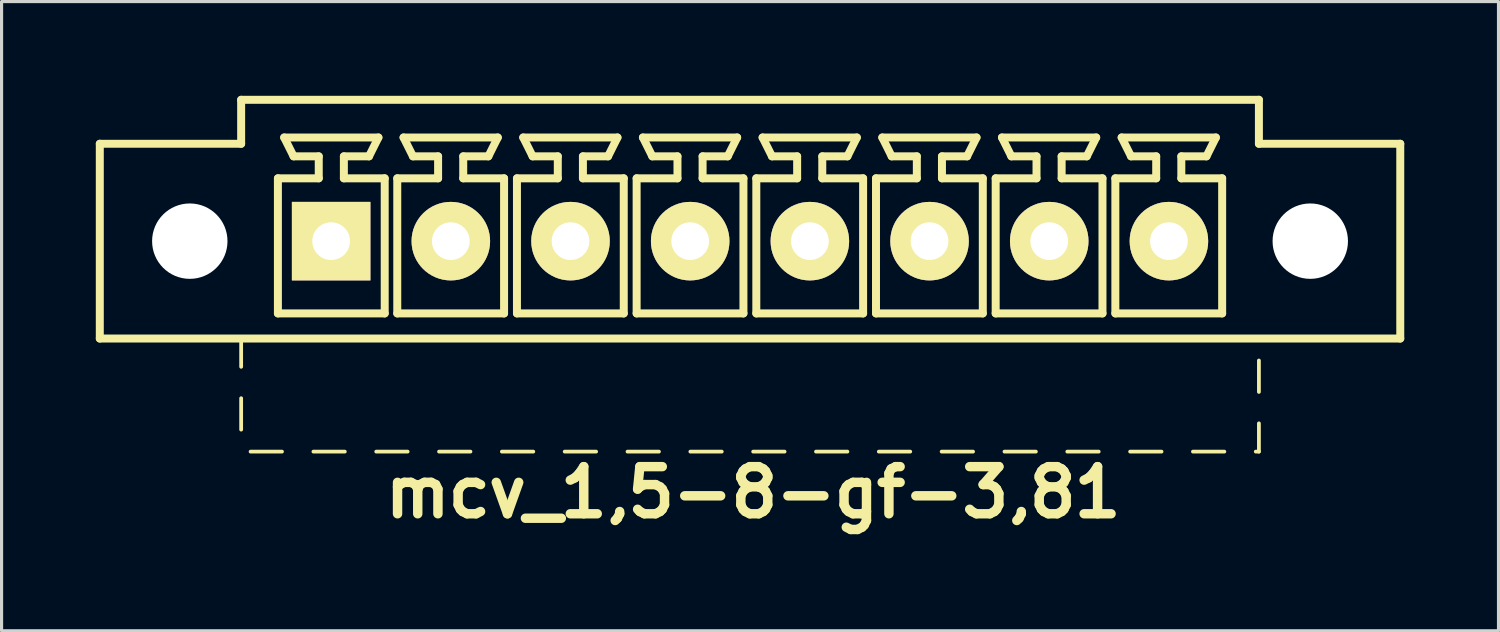
<source format=kicad_pcb>
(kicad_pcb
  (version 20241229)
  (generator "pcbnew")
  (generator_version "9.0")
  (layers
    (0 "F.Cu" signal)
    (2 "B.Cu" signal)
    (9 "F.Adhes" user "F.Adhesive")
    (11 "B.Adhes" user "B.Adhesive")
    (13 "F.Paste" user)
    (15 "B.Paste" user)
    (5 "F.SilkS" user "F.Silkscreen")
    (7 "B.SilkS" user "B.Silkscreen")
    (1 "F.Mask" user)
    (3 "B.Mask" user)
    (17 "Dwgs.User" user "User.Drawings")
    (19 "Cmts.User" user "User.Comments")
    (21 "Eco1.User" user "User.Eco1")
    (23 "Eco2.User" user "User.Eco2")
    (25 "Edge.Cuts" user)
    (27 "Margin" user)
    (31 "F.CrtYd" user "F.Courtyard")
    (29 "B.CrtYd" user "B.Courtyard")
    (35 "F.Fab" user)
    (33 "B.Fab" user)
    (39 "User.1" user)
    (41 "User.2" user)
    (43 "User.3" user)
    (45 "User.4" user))
  (footprint "mcv_1,5-8-gf-3,81"
    (layer "F.Cu")
    (at 20.827 4.627)
    (property "Reference" "mcv_1,5-8-gf-3,81" (at 0.1 8 0) (layer "F.SilkS") (effects (font (size 1.5 1.5) (thickness 0.3))))
    (attr through_hole)
    (fp_line (start -20.7 3.1) (end -20.7 -3.1) (stroke (width 0.254) (type solid)) (layer "F.SilkS"))
    (fp_line (start -20.7 3.1) (end 20.7 3.1) (stroke (width 0.254) (type solid)) (layer "F.SilkS"))
    (fp_line (start -16.2 -4.5) (end -16.2 -3.1) (stroke (width 0.254) (type solid)) (layer "F.SilkS"))
    (fp_line (start -16.2 -4.5) (end 16.2 -4.5) (stroke (width 0.254) (type solid)) (layer "F.SilkS"))
    (fp_line (start -16.2 -3.1) (end -20.7 -3.1) (stroke (width 0.254) (type solid)) (layer "F.SilkS"))
    (fp_line (start -16.2 3.1) (end -16.2 4) (stroke (width 0.12) (type solid)) (layer "F.SilkS"))
    (fp_line (start -16.2 5) (end -16.2 6) (stroke (width 0.12) (type solid)) (layer "F.SilkS"))
    (fp_line (start -15.9 6.7) (end -14.9 6.7) (stroke (width 0.12) (type solid)) (layer "F.SilkS"))
    (fp_line (start -15.03 -2) (end -13.73 -2) (stroke (width 0.254) (type solid)) (layer "F.SilkS"))
    (fp_line (start -15.03 2.3) (end -15.03 -2) (stroke (width 0.254) (type solid)) (layer "F.SilkS"))
    (fp_line (start -14.83 -3.3) (end -11.83 -3.3) (stroke (width 0.254) (type solid)) (layer "F.SilkS"))
    (fp_line (start -14.53 -2.7) (end -14.83 -3.3) (stroke (width 0.254) (type solid)) (layer "F.SilkS"))
    (fp_line (start -13.9 6.7) (end -12.9 6.7) (stroke (width 0.12) (type solid)) (layer "F.SilkS"))
    (fp_line (start -13.73 -2.7) (end -14.53 -2.7) (stroke (width 0.254) (type solid)) (layer "F.SilkS"))
    (fp_line (start -13.73 -2) (end -13.73 -2.7) (stroke (width 0.254) (type solid)) (layer "F.SilkS"))
    (fp_line (start -12.93 -2.7) (end -12.93 -2) (stroke (width 0.254) (type solid)) (layer "F.SilkS"))
    (fp_line (start -12.93 -2) (end -11.63 -2) (stroke (width 0.254) (type solid)) (layer "F.SilkS"))
    (fp_line (start -12.13 -2.7) (end -12.93 -2.7) (stroke (width 0.254) (type solid)) (layer "F.SilkS"))
    (fp_line (start -12.13 -2.7) (end -11.83 -3.3) (stroke (width 0.254) (type solid)) (layer "F.SilkS"))
    (fp_line (start -11.9 6.7) (end -10.9 6.7) (stroke (width 0.12) (type solid)) (layer "F.SilkS"))
    (fp_line (start -11.63 -2) (end -11.63 2.3) (stroke (width 0.254) (type solid)) (layer "F.SilkS"))
    (fp_line (start -11.63 2.3) (end -15.03 2.3) (stroke (width 0.254) (type solid)) (layer "F.SilkS"))
    (fp_line (start -11.23 -2) (end -9.93 -2) (stroke (width 0.254) (type solid)) (layer "F.SilkS"))
    (fp_line (start -11.23 2.3) (end -11.23 -2) (stroke (width 0.254) (type solid)) (layer "F.SilkS"))
    (fp_line (start -11.03 -3.3) (end -8.03 -3.3) (stroke (width 0.254) (type solid)) (layer "F.SilkS"))
    (fp_line (start -10.73 -2.7) (end -11.03 -3.3) (stroke (width 0.254) (type solid)) (layer "F.SilkS"))
    (fp_line (start -9.93 -2.7) (end -10.73 -2.7) (stroke (width 0.254) (type solid)) (layer "F.SilkS"))
    (fp_line (start -9.93 -2) (end -9.93 -2.7) (stroke (width 0.254) (type solid)) (layer "F.SilkS"))
    (fp_line (start -9.9 6.7) (end -8.9 6.7) (stroke (width 0.12) (type solid)) (layer "F.SilkS"))
    (fp_line (start -9.13 -2.7) (end -9.13 -2) (stroke (width 0.254) (type solid)) (layer "F.SilkS"))
    (fp_line (start -9.13 -2) (end -7.83 -2) (stroke (width 0.254) (type solid)) (layer "F.SilkS"))
    (fp_line (start -8.33 -2.7) (end -9.13 -2.7) (stroke (width 0.254) (type solid)) (layer "F.SilkS"))
    (fp_line (start -8.33 -2.7) (end -8.03 -3.3) (stroke (width 0.254) (type solid)) (layer "F.SilkS"))
    (fp_line (start -7.9 6.7) (end -6.9 6.7) (stroke (width 0.12) (type solid)) (layer "F.SilkS"))
    (fp_line (start -7.83 -2) (end -7.83 2.3) (stroke (width 0.254) (type solid)) (layer "F.SilkS"))
    (fp_line (start -7.83 2.3) (end -11.23 2.3) (stroke (width 0.254) (type solid)) (layer "F.SilkS"))
    (fp_line (start -7.42 -2) (end -6.12 -2) (stroke (width 0.254) (type solid)) (layer "F.SilkS"))
    (fp_line (start -7.42 2.3) (end -7.42 -2) (stroke (width 0.254) (type solid)) (layer "F.SilkS"))
    (fp_line (start -7.22 -3.3) (end -4.22 -3.3) (stroke (width 0.254) (type solid)) (layer "F.SilkS"))
    (fp_line (start -6.92 -2.7) (end -7.22 -3.3) (stroke (width 0.254) (type solid)) (layer "F.SilkS"))
    (fp_line (start -6.12 -2.7) (end -6.92 -2.7) (stroke (width 0.254) (type solid)) (layer "F.SilkS"))
    (fp_line (start -6.12 -2) (end -6.12 -2.7) (stroke (width 0.254) (type solid)) (layer "F.SilkS"))
    (fp_line (start -5.9 6.7) (end -4.9 6.7) (stroke (width 0.12) (type solid)) (layer "F.SilkS"))
    (fp_line (start -5.32 -2.7) (end -5.32 -2) (stroke (width 0.254) (type solid)) (layer "F.SilkS"))
    (fp_line (start -5.32 -2) (end -4.02 -2) (stroke (width 0.254) (type solid)) (layer "F.SilkS"))
    (fp_line (start -4.52 -2.7) (end -5.32 -2.7) (stroke (width 0.254) (type solid)) (layer "F.SilkS"))
    (fp_line (start -4.52 -2.7) (end -4.22 -3.3) (stroke (width 0.254) (type solid)) (layer "F.SilkS"))
    (fp_line (start -4.02 -2) (end -4.02 2.3) (stroke (width 0.254) (type solid)) (layer "F.SilkS"))
    (fp_line (start -4.02 2.3) (end -7.42 2.3) (stroke (width 0.254) (type solid)) (layer "F.SilkS"))
    (fp_line (start -3.9 6.7) (end -2.9 6.7) (stroke (width 0.12) (type solid)) (layer "F.SilkS"))
    (fp_line (start -3.61 -2) (end -2.31 -2) (stroke (width 0.254) (type solid)) (layer "F.SilkS"))
    (fp_line (start -3.61 2.3) (end -3.61 -2) (stroke (width 0.254) (type solid)) (layer "F.SilkS"))
    (fp_line (start -3.41 -3.3) (end -0.41 -3.3) (stroke (width 0.254) (type solid)) (layer "F.SilkS"))
    (fp_line (start -3.11 -2.7) (end -3.41 -3.3) (stroke (width 0.254) (type solid)) (layer "F.SilkS"))
    (fp_line (start -2.31 -2.7) (end -3.11 -2.7) (stroke (width 0.254) (type solid)) (layer "F.SilkS"))
    (fp_line (start -2.31 -2) (end -2.31 -2.7) (stroke (width 0.254) (type solid)) (layer "F.SilkS"))
    (fp_line (start -1.9 6.7) (end -0.9 6.7) (stroke (width 0.12) (type solid)) (layer "F.SilkS"))
    (fp_line (start -1.51 -2.7) (end -1.51 -2) (stroke (width 0.254) (type solid)) (layer "F.SilkS"))
    (fp_line (start -1.51 -2) (end -0.21 -2) (stroke (width 0.254) (type solid)) (layer "F.SilkS"))
    (fp_line (start -0.71 -2.7) (end -1.51 -2.7) (stroke (width 0.254) (type solid)) (layer "F.SilkS"))
    (fp_line (start -0.71 -2.7) (end -0.41 -3.3) (stroke (width 0.254) (type solid)) (layer "F.SilkS"))
    (fp_line (start -0.21 -2) (end -0.21 2.3) (stroke (width 0.254) (type solid)) (layer "F.SilkS"))
    (fp_line (start -0.21 2.3) (end -3.61 2.3) (stroke (width 0.254) (type solid)) (layer "F.SilkS"))
    (fp_line (start 0.1 6.7) (end 1.1 6.7) (stroke (width 0.12) (type solid)) (layer "F.SilkS"))
    (fp_line (start 0.2 -2) (end 1.5 -2) (stroke (width 0.254) (type solid)) (layer "F.SilkS"))
    (fp_line (start 0.2 2.3) (end 0.2 -2) (stroke (width 0.254) (type solid)) (layer "F.SilkS"))
    (fp_line (start 0.4 -3.3) (end 3.4 -3.3) (stroke (width 0.254) (type solid)) (layer "F.SilkS"))
    (fp_line (start 0.7 -2.7) (end 0.4 -3.3) (stroke (width 0.254) (type solid)) (layer "F.SilkS"))
    (fp_line (start 1.5 -2.7) (end 0.7 -2.7) (stroke (width 0.254) (type solid)) (layer "F.SilkS"))
    (fp_line (start 1.5 -2) (end 1.5 -2.7) (stroke (width 0.254) (type solid)) (layer "F.SilkS"))
    (fp_line (start 2.1 6.7) (end 3.1 6.7) (stroke (width 0.12) (type solid)) (layer "F.SilkS"))
    (fp_line (start 2.3 -2.7) (end 2.3 -2) (stroke (width 0.254) (type solid)) (layer "F.SilkS"))
    (fp_line (start 2.3 -2) (end 3.6 -2) (stroke (width 0.254) (type solid)) (layer "F.SilkS"))
    (fp_line (start 3.1 -2.7) (end 2.3 -2.7) (stroke (width 0.254) (type solid)) (layer "F.SilkS"))
    (fp_line (start 3.1 -2.7) (end 3.4 -3.3) (stroke (width 0.254) (type solid)) (layer "F.SilkS"))
    (fp_line (start 3.6 -2) (end 3.6 2.3) (stroke (width 0.254) (type solid)) (layer "F.SilkS"))
    (fp_line (start 3.6 2.3) (end 0.2 2.3) (stroke (width 0.254) (type solid)) (layer "F.SilkS"))
    (fp_line (start 4.01 -2) (end 5.31 -2) (stroke (width 0.254) (type solid)) (layer "F.SilkS"))
    (fp_line (start 4.01 2.3) (end 4.01 -2) (stroke (width 0.254) (type solid)) (layer "F.SilkS"))
    (fp_line (start 4.1 6.7) (end 5.1 6.7) (stroke (width 0.12) (type solid)) (layer "F.SilkS"))
    (fp_line (start 4.21 -3.3) (end 7.21 -3.3) (stroke (width 0.254) (type solid)) (layer "F.SilkS"))
    (fp_line (start 4.51 -2.7) (end 4.21 -3.3) (stroke (width 0.254) (type solid)) (layer "F.SilkS"))
    (fp_line (start 5.31 -2.7) (end 4.51 -2.7) (stroke (width 0.254) (type solid)) (layer "F.SilkS"))
    (fp_line (start 5.31 -2) (end 5.31 -2.7) (stroke (width 0.254) (type solid)) (layer "F.SilkS"))
    (fp_line (start 6.1 6.7) (end 7.1 6.7) (stroke (width 0.12) (type solid)) (layer "F.SilkS"))
    (fp_line (start 6.11 -2.7) (end 6.11 -2) (stroke (width 0.254) (type solid)) (layer "F.SilkS"))
    (fp_line (start 6.11 -2) (end 7.41 -2) (stroke (width 0.254) (type solid)) (layer "F.SilkS"))
    (fp_line (start 6.91 -2.7) (end 6.11 -2.7) (stroke (width 0.254) (type solid)) (layer "F.SilkS"))
    (fp_line (start 6.91 -2.7) (end 7.21 -3.3) (stroke (width 0.254) (type solid)) (layer "F.SilkS"))
    (fp_line (start 7.41 -2) (end 7.41 2.3) (stroke (width 0.254) (type solid)) (layer "F.SilkS"))
    (fp_line (start 7.41 2.3) (end 4.01 2.3) (stroke (width 0.254) (type solid)) (layer "F.SilkS"))
    (fp_line (start 7.82 -2) (end 9.12 -2) (stroke (width 0.254) (type solid)) (layer "F.SilkS"))
    (fp_line (start 7.82 2.3) (end 7.82 -2) (stroke (width 0.254) (type solid)) (layer "F.SilkS"))
    (fp_line (start 8.02 -3.3) (end 11.02 -3.3) (stroke (width 0.254) (type solid)) (layer "F.SilkS"))
    (fp_line (start 8.1 6.7) (end 9.1 6.7) (stroke (width 0.12) (type solid)) (layer "F.SilkS"))
    (fp_line (start 8.32 -2.7) (end 8.02 -3.3) (stroke (width 0.254) (type solid)) (layer "F.SilkS"))
    (fp_line (start 9.12 -2.7) (end 8.32 -2.7) (stroke (width 0.254) (type solid)) (layer "F.SilkS"))
    (fp_line (start 9.12 -2) (end 9.12 -2.7) (stroke (width 0.254) (type solid)) (layer "F.SilkS"))
    (fp_line (start 9.92 -2.7) (end 9.92 -2) (stroke (width 0.254) (type solid)) (layer "F.SilkS"))
    (fp_line (start 9.92 -2) (end 11.22 -2) (stroke (width 0.254) (type solid)) (layer "F.SilkS"))
    (fp_line (start 10.1 6.7) (end 11.1 6.7) (stroke (width 0.12) (type solid)) (layer "F.SilkS"))
    (fp_line (start 10.72 -2.7) (end 9.92 -2.7) (stroke (width 0.254) (type solid)) (layer "F.SilkS"))
    (fp_line (start 10.72 -2.7) (end 11.02 -3.3) (stroke (width 0.254) (type solid)) (layer "F.SilkS"))
    (fp_line (start 11.22 -2) (end 11.22 2.3) (stroke (width 0.254) (type solid)) (layer "F.SilkS"))
    (fp_line (start 11.22 2.3) (end 7.82 2.3) (stroke (width 0.254) (type solid)) (layer "F.SilkS"))
    (fp_line (start 11.63 -2) (end 12.93 -2) (stroke (width 0.254) (type solid)) (layer "F.SilkS"))
    (fp_line (start 11.63 2.3) (end 11.63 -2) (stroke (width 0.254) (type solid)) (layer "F.SilkS"))
    (fp_line (start 11.83 -3.3) (end 14.83 -3.3) (stroke (width 0.254) (type solid)) (layer "F.SilkS"))
    (fp_line (start 12.1 6.7) (end 13.1 6.7) (stroke (width 0.12) (type solid)) (layer "F.SilkS"))
    (fp_line (start 12.13 -2.7) (end 11.83 -3.3) (stroke (width 0.254) (type solid)) (layer "F.SilkS"))
    (fp_line (start 12.93 -2.7) (end 12.13 -2.7) (stroke (width 0.254) (type solid)) (layer "F.SilkS"))
    (fp_line (start 12.93 -2) (end 12.93 -2.7) (stroke (width 0.254) (type solid)) (layer "F.SilkS"))
    (fp_line (start 13.73 -2.7) (end 13.73 -2) (stroke (width 0.254) (type solid)) (layer "F.SilkS"))
    (fp_line (start 13.73 -2) (end 15.03 -2) (stroke (width 0.254) (type solid)) (layer "F.SilkS"))
    (fp_line (start 14.1 6.7) (end 15.1 6.7) (stroke (width 0.12) (type solid)) (layer "F.SilkS"))
    (fp_line (start 14.53 -2.7) (end 13.73 -2.7) (stroke (width 0.254) (type solid)) (layer "F.SilkS"))
    (fp_line (start 14.53 -2.7) (end 14.83 -3.3) (stroke (width 0.254) (type solid)) (layer "F.SilkS"))
    (fp_line (start 15.03 -2) (end 15.03 2.3) (stroke (width 0.254) (type solid)) (layer "F.SilkS"))
    (fp_line (start 15.03 2.3) (end 11.63 2.3) (stroke (width 0.254) (type solid)) (layer "F.SilkS"))
    (fp_line (start 16.1 6.7) (end 16.2 6.7) (stroke (width 0.12) (type solid)) (layer "F.SilkS"))
    (fp_line (start 16.2 -4.5) (end 16.2 -3.1) (stroke (width 0.254) (type solid)) (layer "F.SilkS"))
    (fp_line (start 16.2 -3.1) (end 20.7 -3.1) (stroke (width 0.254) (type solid)) (layer "F.SilkS"))
    (fp_line (start 16.2 4.8) (end 16.2 3.8) (stroke (width 0.12) (type solid)) (layer "F.SilkS"))
    (fp_line (start 16.2 6.7) (end 16.2 5.8) (stroke (width 0.12) (type solid)) (layer "F.SilkS"))
    (fp_line (start 20.7 3.1) (end 20.7 -3.1) (stroke (width 0.254) (type solid)) (layer "F.SilkS"))
    (pad "" np_thru_hole circle (at -17.835 0) (size 2.4 2.4) (drill 2.4) (layers "*.Cu" "*.Mask"))
    (pad "" np_thru_hole circle (at 17.835 0) (size 2.4 2.4) (drill 2.4) (layers "*.Cu" "*.Mask"))
    (pad "1" thru_hole rect (at -13.335 0) (size 2.5 2.5) (drill 1.2) (layers "*.Cu" "*.Mask" "F.SilkS"))
    (pad "2" thru_hole circle (at -9.525 0) (size 2.5 2.5) (drill 1.2) (layers "*.Cu" "*.Mask" "F.SilkS"))
    (pad "3" thru_hole circle (at -5.715 0) (size 2.5 2.5) (drill 1.2) (layers "*.Cu" "*.Mask" "F.SilkS"))
    (pad "4" thru_hole circle (at -1.905 0) (size 2.5 2.5) (drill 1.2) (layers "*.Cu" "*.Mask" "F.SilkS"))
    (pad "5" thru_hole circle (at 1.905 0) (size 2.5 2.5) (drill 1.2) (layers "*.Cu" "*.Mask" "F.SilkS"))
    (pad "6" thru_hole circle (at 5.715 0) (size 2.5 2.5) (drill 1.2) (layers "*.Cu" "*.Mask" "F.SilkS"))
    (pad "7" thru_hole circle (at 9.525 0) (size 2.5 2.5) (drill 1.2) (layers "*.Cu" "*.Mask" "F.SilkS"))
    (pad "8" thru_hole circle (at 13.335 0) (size 2.5 2.5) (drill 1.2) (layers "*.Cu" "*.Mask" "F.SilkS")))
  (gr_rect
    (start -3 -3)
    (end 44.654 17.031)
    (stroke (width 0.1) (type default))
    (fill no)
    (layer "Edge.Cuts")))
</source>
